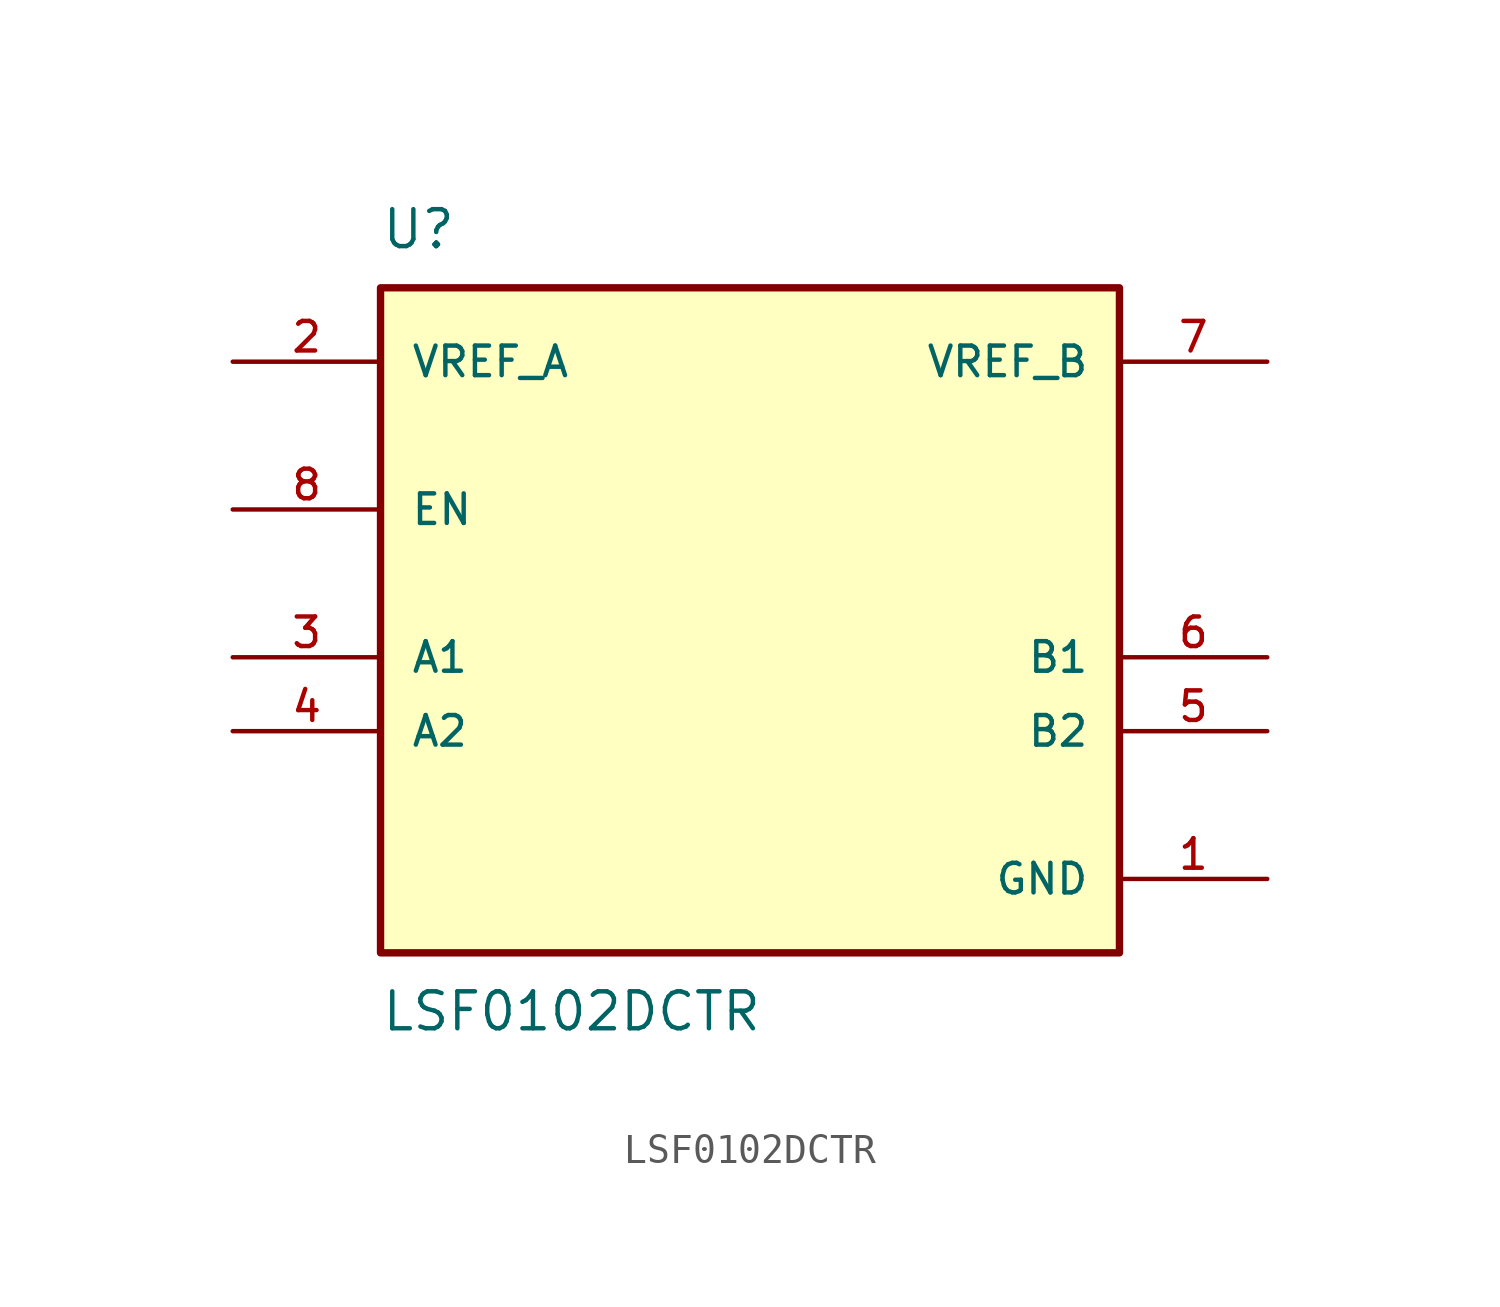
<source format=kicad_sym>
(kicad_symbol_lib
  (version 20211014)
  (generator kicad_symbol_editor)
  (symbol "LSF0102DCTR"
    (pin_names
      (offset 1.016))
    (property "Reference" "U"
      (at -12.7 13.97 0)
      (effects (font (size 1.27 1.27)) (justify bottom left)))
    (property "Value" "LSF0102DCTR"
      (at -12.7 -11.43 0)
      (effects (font (size 1.27 1.27)) (justify top left)))
    (symbol "LSF0102DCTR_0_0"
      (rectangle (start -12.7 -10.16) (end 12.7 12.7) (stroke (width 0.254)) (fill (type background)))
      (pin power_in line (at 17.78 -7.62 180.0) (length 5.08) (name "GND" (effects (font (size 1.016 1.016)))) (number "1" (effects (font (size 1.016 1.016)))))
      (pin power_in line (at -17.78 10.16 0) (length 5.08) (name "VREF_A" (effects (font (size 1.016 1.016)))) (number "2" (effects (font (size 1.016 1.016)))))
      (pin bidirectional line (at -17.78 0.0 0) (length 5.08) (name "A1" (effects (font (size 1.016 1.016)))) (number "3" (effects (font (size 1.016 1.016)))))
      (pin bidirectional line (at -17.78 -2.54 0) (length 5.08) (name "A2" (effects (font (size 1.016 1.016)))) (number "4" (effects (font (size 1.016 1.016)))))
      (pin bidirectional line (at 17.78 -2.54 180.0) (length 5.08) (name "B2" (effects (font (size 1.016 1.016)))) (number "5" (effects (font (size 1.016 1.016)))))
      (pin bidirectional line (at 17.78 0.0 180.0) (length 5.08) (name "B1" (effects (font (size 1.016 1.016)))) (number "6" (effects (font (size 1.016 1.016)))))
      (pin power_in line (at 17.78 10.16 180.0) (length 5.08) (name "VREF_B" (effects (font (size 1.016 1.016)))) (number "7" (effects (font (size 1.016 1.016)))))
      (pin input line (at -17.78 5.08 0) (length 5.08) (name "EN" (effects (font (size 1.016 1.016)))) (number "8" (effects (font (size 1.016 1.016))))))))
</source>
